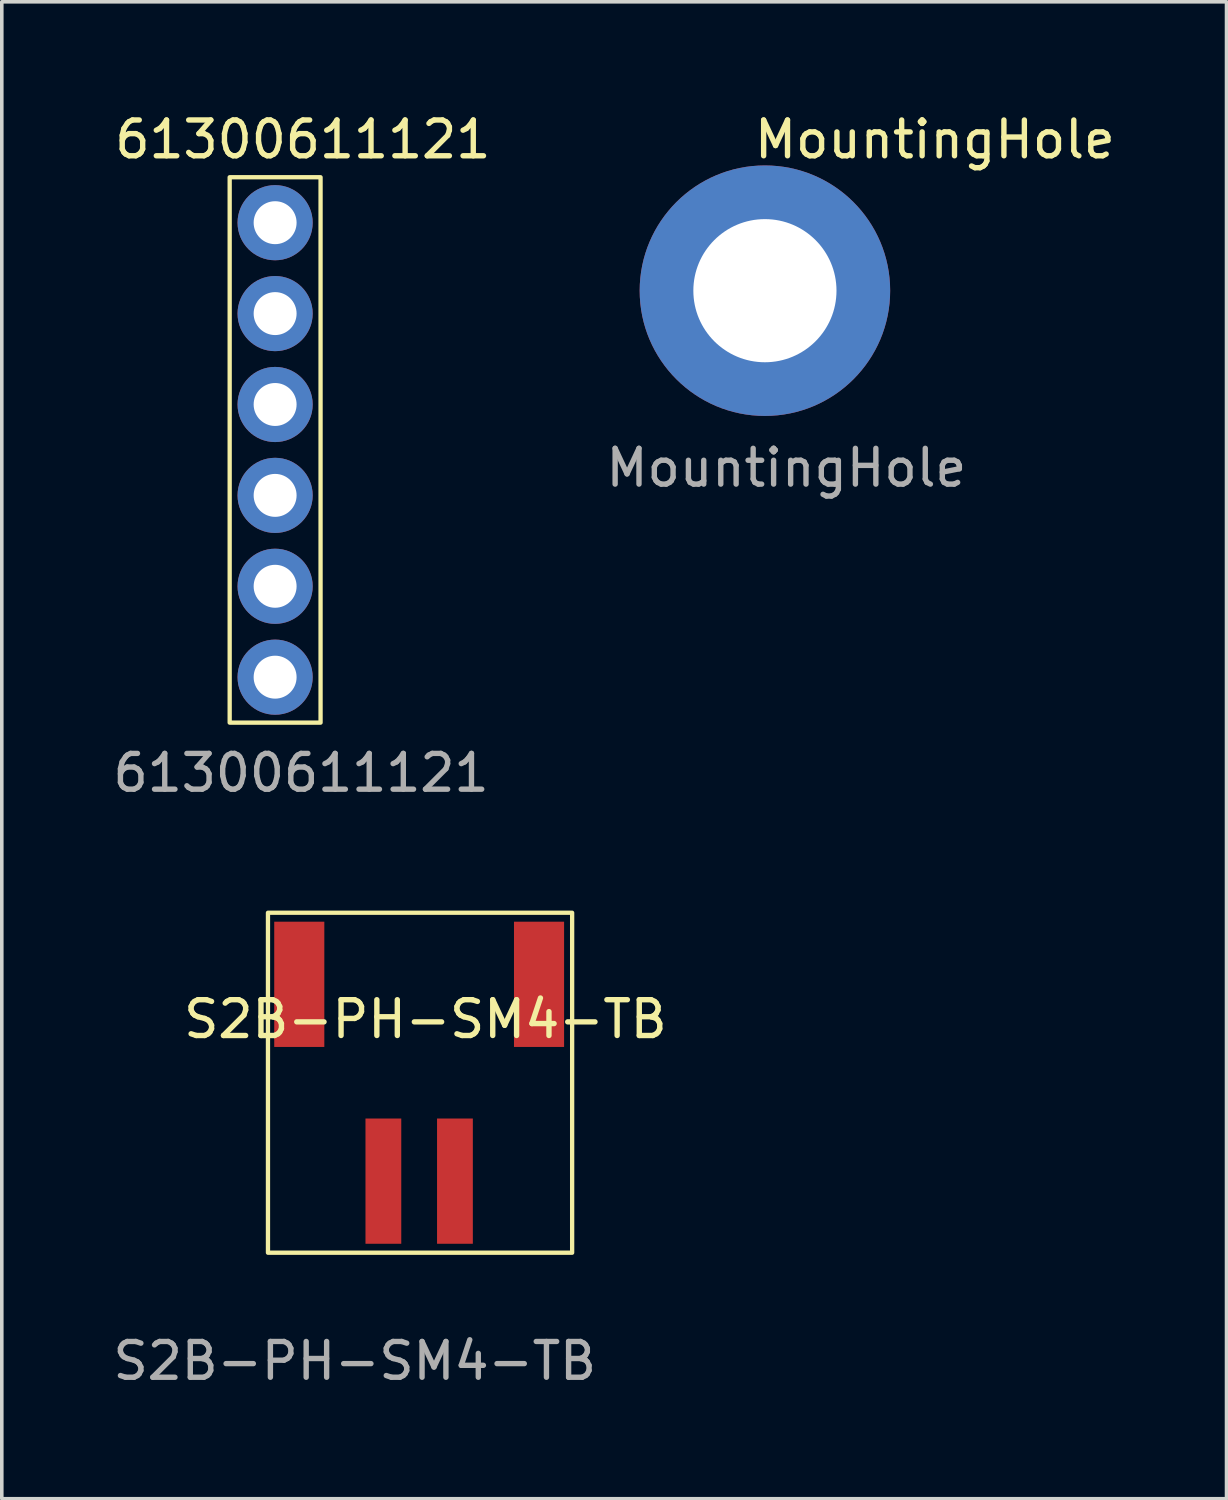
<source format=kicad_pcb>
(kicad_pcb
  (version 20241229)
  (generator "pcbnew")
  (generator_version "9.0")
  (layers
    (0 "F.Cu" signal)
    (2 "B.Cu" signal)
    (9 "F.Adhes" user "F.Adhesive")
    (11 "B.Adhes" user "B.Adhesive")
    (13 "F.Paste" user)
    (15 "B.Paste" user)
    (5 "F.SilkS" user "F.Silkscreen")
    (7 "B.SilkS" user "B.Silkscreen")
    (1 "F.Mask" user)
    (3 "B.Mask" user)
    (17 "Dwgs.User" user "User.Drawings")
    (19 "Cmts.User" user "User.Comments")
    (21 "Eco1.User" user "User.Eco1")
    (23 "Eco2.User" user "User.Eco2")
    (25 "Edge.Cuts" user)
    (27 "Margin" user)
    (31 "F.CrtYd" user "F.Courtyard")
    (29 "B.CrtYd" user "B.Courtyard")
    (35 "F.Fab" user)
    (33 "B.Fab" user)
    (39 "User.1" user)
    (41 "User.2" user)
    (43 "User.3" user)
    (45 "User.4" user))
  (footprint "S2B-PH-SM4-TB"
    (layer "F.Cu")
    (at 9.663 29.956)
    (property "Reference" "S2B-PH-SM4-TB" (at -0.825 -4.525 0) (unlocked yes) (layer "F.SilkS") (effects (font (size 1 1) (thickness 0.15))))
    (attr smd)
    (fp_rect (start -5.225 -7.5) (end 3.275 2) (stroke (width 0.12) (type solid)) (fill no) (layer "F.SilkS"))
    (fp_text user "${REFERENCE}" (at -2.8 5.025 0) (unlocked yes) (layer "F.Fab") (effects (font (size 1 1) (thickness 0.15))))
    (pad "1" smd rect (at 0 0) (size 1 3.5) (layers "F.Cu" "F.Mask" "F.Paste"))
    (pad "2" smd rect (at -2 0) (size 1 3.5) (layers "F.Cu" "F.Mask" "F.Paste"))
    (pad "3" smd rect (at -4.35 -5.5) (size 1.4 3.5) (layers "F.Cu" "F.Mask" "F.Paste"))
    (pad "4" smd rect (at 2.35 -5.5) (size 1.4 3.5) (layers "F.Cu" "F.Mask" "F.Paste")))
  (footprint "61300611121"
    (layer "F.Cu")
    (at 4.638 3.173)
    (property "Reference" "61300611121" (at 0.775 -2.325 0) (unlocked yes) (layer "F.SilkS") (effects (font (size 1 1) (thickness 0.15))))
    (attr smd)
    (fp_rect (start -1.27 -1.27) (end 1.27 13.97) (stroke (width 0.12) (type solid)) (fill no) (layer "F.SilkS"))
    (fp_text user "${REFERENCE}" (at 0.725 15.375 0) (unlocked yes) (layer "F.Fab") (effects (font (size 1 1) (thickness 0.15))))
    (pad "1" thru_hole circle (at 0 0) (size 2.1 2.1) (drill 1.2) (layers "*.Cu" "*.Mask"))
    (pad "2" thru_hole circle (at 0 2.54) (size 2.1 2.1) (drill 1.2) (layers "*.Cu" "*.Mask"))
    (pad "3" thru_hole circle (at 0 5.08) (size 2.1 2.1) (drill 1.2) (layers "*.Cu" "*.Mask"))
    (pad "4" thru_hole circle (at 0 7.62) (size 2.1 2.1) (drill 1.2) (layers "*.Cu" "*.Mask"))
    (pad "5" thru_hole circle (at 0 10.16) (size 2.1 2.1) (drill 1.2) (layers "*.Cu" "*.Mask"))
    (pad "6" thru_hole circle (at 0 12.7) (size 2.1 2.1) (drill 1.2) (layers "*.Cu" "*.Mask")))
  (footprint "MountingHole"
    (layer "F.Cu")
    (at 18.325 5.073)
    (property "Reference" "MountingHole" (at 4.75 -4.225 0) (unlocked yes) (layer "F.SilkS") (effects (font (size 1 1) (thickness 0.15))))
    (attr through_hole)
    (fp_text user "${REFERENCE}" (at 0.6 4.95 0) (unlocked yes) (layer "F.Fab") (effects (font (size 1 1) (thickness 0.15))))
    (pad "1" thru_hole circle (at 0 0) (size 7 7) (drill 4) (layers "*.Cu" "*.Mask")))
  (gr_rect
    (start -3 -3)
    (end 31.224 38.83)
    (stroke (width 0.1) (type default))
    (fill no)
    (layer "Edge.Cuts")))
</source>
